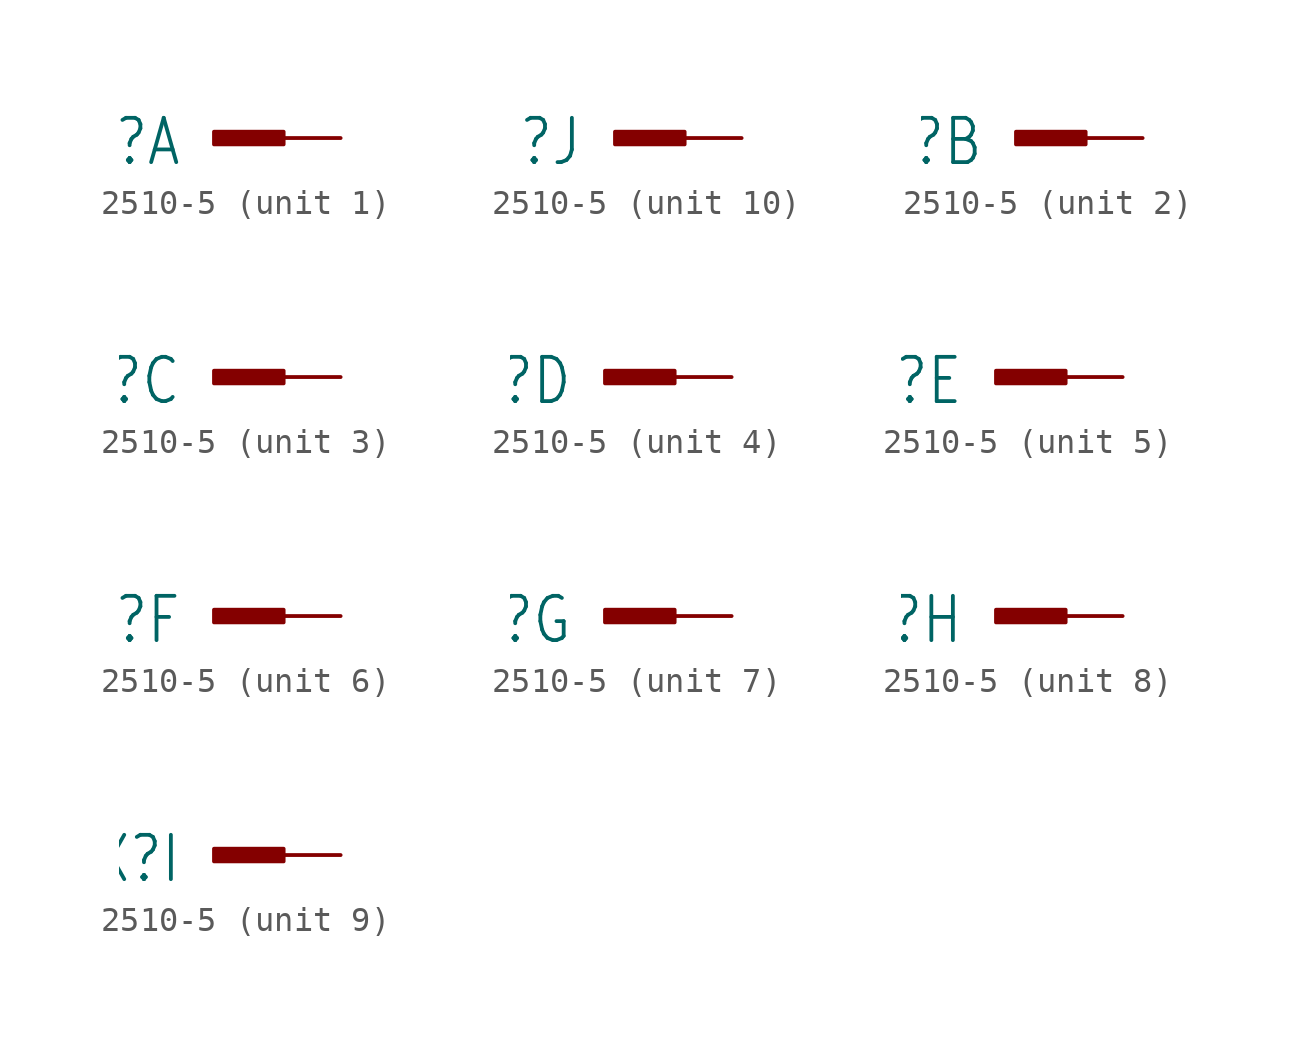
<source format=kicad_sym>
(kicad_symbol_lib
  (version 20231120)
  (generator "kicad_symbol_editor")
  (generator_version "8.0")
  (symbol "2510-5"
    (property "Reference" "X"
      (at -1.27 0.889 0)
      (effects (font (size 1.778 1.511)) (justify right top)))
    (property "ki_locked" ""
      (at 0 0 0)
      (effects (font (size 1.27 1.27))))
    (symbol "2510-5_1_0"
      (rectangle (start 0 -0.254) (end 2.794 0.254) (stroke (width 0) (type default)) (fill (type outline)))
      (pin passive line (at 5.08 0 180) (length 2.54) (name "KL" (effects (font (size 0 0)))) (number "1" (effects (font (size 0 0))))))
    (symbol "2510-5_2_0"
      (rectangle (start 0 -0.254) (end 2.794 0.254) (stroke (width 0) (type default)) (fill (type outline)))
      (pin passive line (at 5.08 0 180) (length 2.54) (name "KL" (effects (font (size 0 0)))) (number "2" (effects (font (size 0 0))))))
    (symbol "2510-5_3_0"
      (rectangle (start 0 -0.254) (end 2.794 0.254) (stroke (width 0) (type default)) (fill (type outline)))
      (pin passive line (at 5.08 0 180) (length 2.54) (name "KL" (effects (font (size 0 0)))) (number "3" (effects (font (size 0 0))))))
    (symbol "2510-5_4_0"
      (rectangle (start 0 -0.254) (end 2.794 0.254) (stroke (width 0) (type default)) (fill (type outline)))
      (pin passive line (at 5.08 0 180) (length 2.54) (name "KL" (effects (font (size 0 0)))) (number "4" (effects (font (size 0 0))))))
    (symbol "2510-5_5_0"
      (rectangle (start 0 -0.254) (end 2.794 0.254) (stroke (width 0) (type default)) (fill (type outline)))
      (pin passive line (at 5.08 0 180) (length 2.54) (name "KL" (effects (font (size 0 0)))) (number "5" (effects (font (size 0 0))))))
    (symbol "2510-5_6_0"
      (rectangle (start 0 -0.254) (end 2.794 0.254) (stroke (width 0) (type default)) (fill (type outline)))
      (pin passive line (at 5.08 0 180) (length 2.54) (name "KL" (effects (font (size 0 0)))) (number "6" (effects (font (size 0 0))))))
    (symbol "2510-5_7_0"
      (rectangle (start 0 -0.254) (end 2.794 0.254) (stroke (width 0) (type default)) (fill (type outline)))
      (pin passive line (at 5.08 0 180) (length 2.54) (name "KL" (effects (font (size 0 0)))) (number "7" (effects (font (size 0 0))))))
    (symbol "2510-5_8_0"
      (rectangle (start 0 -0.254) (end 2.794 0.254) (stroke (width 0) (type default)) (fill (type outline)))
      (pin passive line (at 5.08 0 180) (length 2.54) (name "KL" (effects (font (size 0 0)))) (number "8" (effects (font (size 0 0))))))
    (symbol "2510-5_9_0"
      (rectangle (start 0 -0.254) (end 2.794 0.254) (stroke (width 0) (type default)) (fill (type outline)))
      (pin passive line (at 5.08 0 180) (length 2.54) (name "KL" (effects (font (size 0 0)))) (number "9" (effects (font (size 0 0))))))
    (symbol "2510-5_10_0"
      (rectangle (start 0 -0.254) (end 2.794 0.254) (stroke (width 0) (type default)) (fill (type outline)))
      (pin passive line (at 5.08 0 180) (length 2.54) (name "KL" (effects (font (size 0 0)))) (number "10" (effects (font (size 0 0))))))))
</source>
